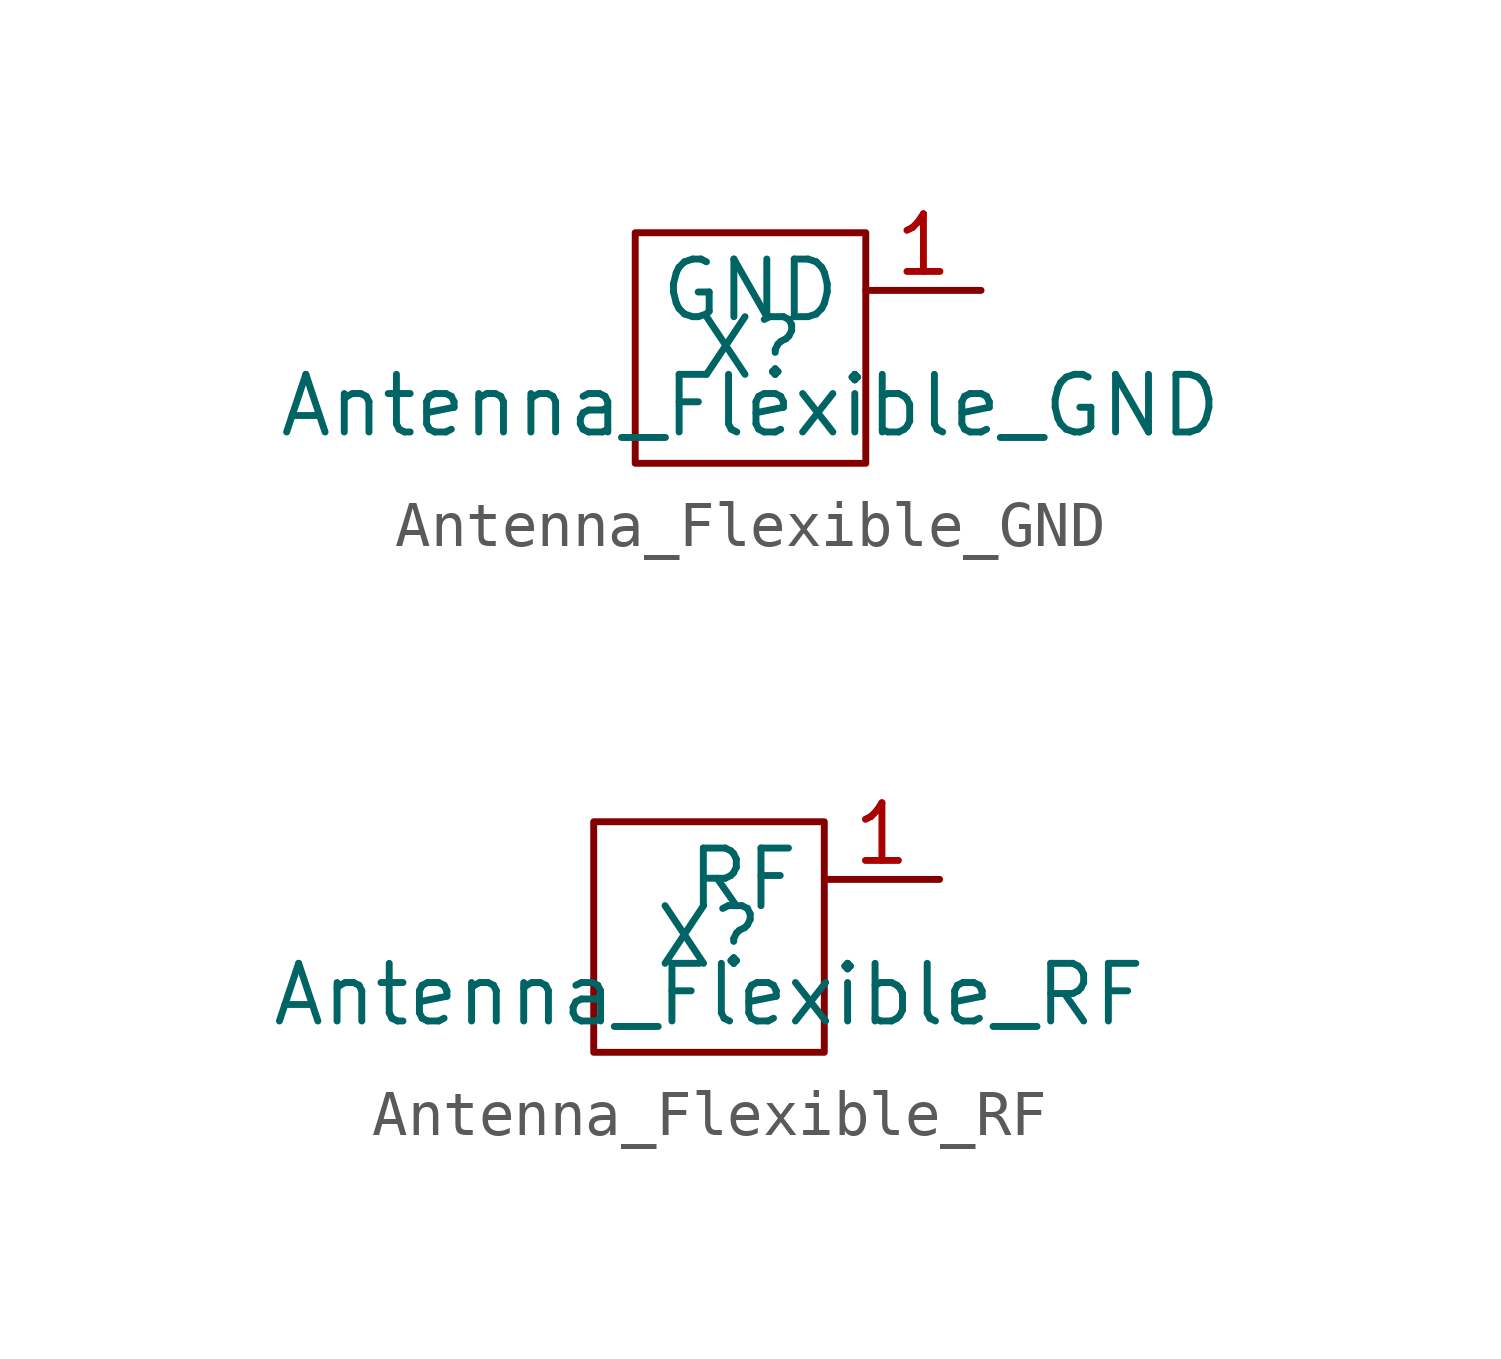
<source format=kicad_sym>
(kicad_symbol_lib
  (version 20211014)
  (generator kicad_symbol_editor)
  (symbol "Antenna_Flexible_GND"
    (property "Reference" "X"
      (at 0 0 0)
      (effects (font (size 1.27 1.27))))
    (property "Value" "Antenna_Flexible_GND"
      (at 0 -1.27 0)
      (effects (font (size 1.27 1.27))))
    (symbol "Antenna_Flexible_GND_0_1"
      (rectangle (start -2.54 2.54) (end 2.54 -2.54) (stroke (width 0) (type default) (color 0 0 0 0)) (fill (type none))))
    (symbol "Antenna_Flexible_GND_1_1"
      (pin passive line (at 5.08 1.27 180) (length 2.54) (name "GND" (effects (font (size 1.27 1.27)))) (number "1" (effects (font (size 1.27 1.27)))))))
  (symbol "Antenna_Flexible_RF"
    (property "Reference" "X"
      (at 0 0 0)
      (effects (font (size 1.27 1.27))))
    (property "Value" "Antenna_Flexible_RF"
      (at 0 -1.27 0)
      (effects (font (size 1.27 1.27))))
    (symbol "Antenna_Flexible_RF_0_1"
      (rectangle (start -2.54 2.54) (end 2.54 -2.54) (stroke (width 0) (type default) (color 0 0 0 0)) (fill (type none))))
    (symbol "Antenna_Flexible_RF_1_1"
      (pin passive line (at 5.08 1.27 180) (length 2.54) (name "RF" (effects (font (size 1.27 1.27)))) (number "1" (effects (font (size 1.27 1.27))))))))
</source>
